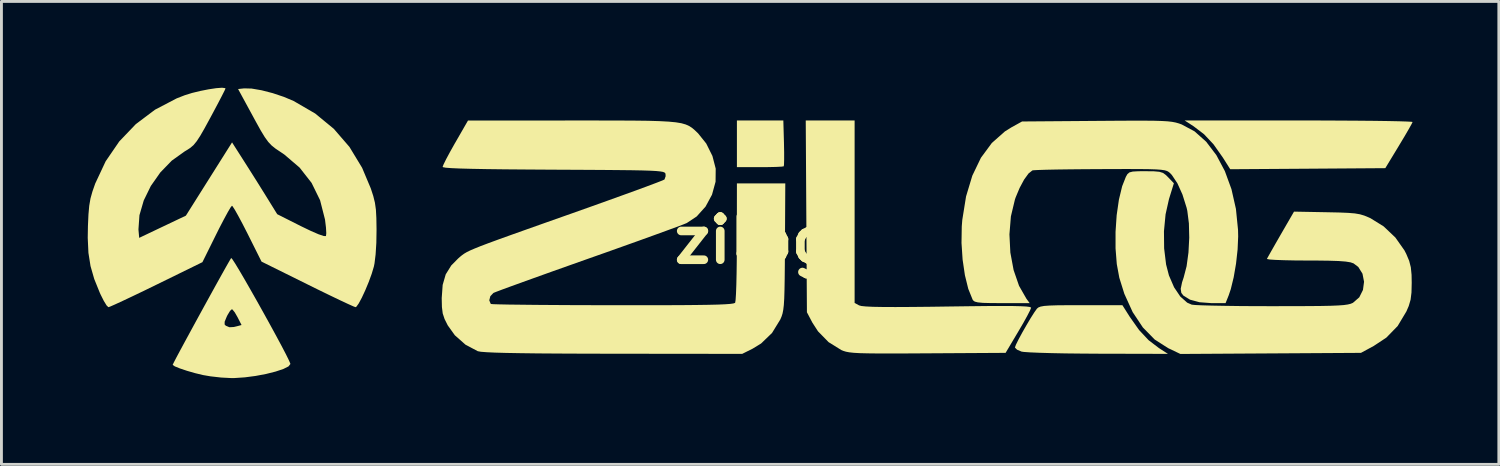
<source format=kicad_pcb>
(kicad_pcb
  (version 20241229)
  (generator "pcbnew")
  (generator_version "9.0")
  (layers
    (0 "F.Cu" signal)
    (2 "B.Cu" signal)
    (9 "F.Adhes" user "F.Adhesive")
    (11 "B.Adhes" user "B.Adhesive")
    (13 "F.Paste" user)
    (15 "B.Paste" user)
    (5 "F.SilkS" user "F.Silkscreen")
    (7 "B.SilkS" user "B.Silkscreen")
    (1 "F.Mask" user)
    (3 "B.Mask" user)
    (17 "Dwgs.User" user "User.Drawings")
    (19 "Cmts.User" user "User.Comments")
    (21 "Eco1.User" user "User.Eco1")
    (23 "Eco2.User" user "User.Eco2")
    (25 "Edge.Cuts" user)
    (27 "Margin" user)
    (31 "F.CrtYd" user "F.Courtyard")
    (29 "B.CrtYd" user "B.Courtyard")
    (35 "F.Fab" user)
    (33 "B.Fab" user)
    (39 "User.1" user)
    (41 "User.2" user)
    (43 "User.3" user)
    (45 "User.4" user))
  (footprint "zilog"
    (layer "F.Cu")
    (at 23.132 5.301)
    (property "Reference" "zilog" (at 0 0 0) (layer "F.SilkS") (effects (font (size 1.5 1.5) (thickness 0.3))))
    (attr board_only exclude_from_pos_files exclude_from_bom)
    (fp_poly (pts (xy 1.072 -3.381) (xy 1.078 -3.064) (xy 1.078 -2.803) (xy 1.073 -2.628) (xy 1.064 -2.569) (xy 0.986 -2.558) (xy 0.796 -2.548) (xy 0.524 -2.542) (xy 0.235 -2.54) (xy -0.564 -2.54) (xy -0.564 -3.351) (xy -0.564 -4.163) (xy 0.243 -4.163) (xy 1.05 -4.163)) (stroke (width 0) (type solid)) (fill yes) (layer "F.SilkS"))
    (fp_poly (pts (xy 19.699 -4.162) (xy 20.388 -4.159) (xy 21.02 -4.155) (xy 21.583 -4.15) (xy 22.064 -4.143) (xy 22.451 -4.135) (xy 22.73 -4.126) (xy 22.891 -4.117) (xy 22.925 -4.11) (xy 22.888 -4.033) (xy 22.791 -3.86) (xy 22.649 -3.616) (xy 22.474 -3.325) (xy 22.448 -3.281) (xy 21.977 -2.505) (xy 19.281 -2.486) (xy 16.586 -2.468) (xy 16.329 -2.874) (xy 16.006 -3.332) (xy 15.675 -3.685) (xy 15.314 -3.96) (xy 15.001 -4.163) (xy 18.966 -4.163)) (stroke (width 0) (type solid)) (fill yes) (layer "F.SilkS"))
    (fp_poly (pts (xy 13.093 2.663) (xy 13.417 3.122) (xy 13.748 3.475) (xy 14.107 3.749) (xy 14.421 3.951) (xy 11.991 3.945) (xy 11.409 3.941) (xy 10.863 3.935) (xy 10.372 3.925) (xy 9.955 3.913) (xy 9.628 3.899) (xy 9.411 3.884) (xy 9.331 3.872) (xy 9.176 3.806) (xy 9.103 3.734) (xy 9.102 3.726) (xy 9.136 3.632) (xy 9.226 3.451) (xy 9.353 3.215) (xy 9.5 2.958) (xy 9.646 2.711) (xy 9.775 2.508) (xy 9.865 2.381) (xy 9.914 2.339) (xy 9.991 2.308) (xy 10.116 2.285) (xy 10.307 2.271) (xy 10.585 2.262) (xy 10.967 2.259) (xy 11.403 2.258) (xy 12.837 2.258)) (stroke (width 0) (type solid)) (fill yes) (layer "F.SilkS"))
    (fp_poly (pts (xy 3.528 -0.99) (xy 3.528 2.182) (xy 3.683 2.265) (xy 3.763 2.287) (xy 3.921 2.303) (xy 4.164 2.315) (xy 4.504 2.321) (xy 4.95 2.323) (xy 5.511 2.32) (xy 6.196 2.313) (xy 6.752 2.305) (xy 7.501 2.295) (xy 8.119 2.288) (xy 8.617 2.286) (xy 9.004 2.287) (xy 9.292 2.294) (xy 9.49 2.304) (xy 9.609 2.319) (xy 9.66 2.339) (xy 9.663 2.348) (xy 9.627 2.439) (xy 9.532 2.624) (xy 9.393 2.876) (xy 9.222 3.168) (xy 9.218 3.175) (xy 8.777 3.916) (xy 6.064 3.932) (xy 5.369 3.936) (xy 4.8 3.938) (xy 4.342 3.937) (xy 3.983 3.933) (xy 3.706 3.926) (xy 3.497 3.914) (xy 3.342 3.897) (xy 3.226 3.875) (xy 3.135 3.847) (xy 3.065 3.818) (xy 2.624 3.544) (xy 2.255 3.167) (xy 2.059 2.864) (xy 1.87 2.505) (xy 1.849 -0.829) (xy 1.829 -4.163) (xy 2.678 -4.163) (xy 3.528 -4.163)) (stroke (width 0) (type solid)) (fill yes) (layer "F.SilkS"))
    (fp_poly (pts (xy -18.101 0.666) (xy -18.001 0.819) (xy -17.855 1.061) (xy -17.673 1.372) (xy -17.465 1.735) (xy -17.241 2.13) (xy -17.012 2.54) (xy -16.787 2.947) (xy -16.577 3.332) (xy -16.392 3.677) (xy -16.242 3.964) (xy -16.138 4.175) (xy -16.089 4.29) (xy -16.087 4.303) (xy -16.153 4.387) (xy -16.333 4.477) (xy -16.601 4.566) (xy -16.93 4.649) (xy -17.295 4.718) (xy -17.669 4.767) (xy -18.025 4.791) (xy -18.147 4.792) (xy -18.493 4.774) (xy -18.864 4.732) (xy -19.121 4.688) (xy -19.404 4.62) (xy -19.684 4.539) (xy -19.928 4.457) (xy -20.104 4.386) (xy -20.178 4.335) (xy -20.179 4.332) (xy -20.146 4.262) (xy -20.056 4.088) (xy -19.917 3.828) (xy -19.74 3.5) (xy -19.536 3.125) (xy -19.43 2.93) (xy -18.373 2.93) (xy -18.331 2.973) (xy -18.207 3.025) (xy -18.054 3.017) (xy -17.941 2.99) (xy -17.785 2.948) (xy -17.925 2.674) (xy -18.022 2.506) (xy -18.101 2.409) (xy -18.121 2.399) (xy -18.184 2.456) (xy -18.272 2.6) (xy -18.3 2.657) (xy -18.372 2.833) (xy -18.373 2.93) (xy -19.43 2.93) (xy -19.315 2.719) (xy -19.087 2.303) (xy -18.862 1.894) (xy -18.651 1.512) (xy -18.463 1.174) (xy -18.31 0.901) (xy -18.201 0.711) (xy -18.147 0.621) (xy -18.144 0.618)) (stroke (width 0) (type solid)) (fill yes) (layer "F.SilkS"))
    (fp_poly (pts (xy 13.94 -4.153) (xy 14.207 -4.145) (xy 14.411 -4.133) (xy 14.567 -4.115) (xy 14.691 -4.091) (xy 14.8 -4.06) (xy 14.9 -4.024) (xy 15.346 -3.784) (xy 15.75 -3.424) (xy 16.104 -2.958) (xy 16.399 -2.403) (xy 16.629 -1.774) (xy 16.784 -1.088) (xy 16.857 -0.361) (xy 16.862 -0.131) (xy 16.842 0.324) (xy 16.788 0.813) (xy 16.706 1.289) (xy 16.605 1.702) (xy 16.533 1.915) (xy 16.424 2.187) (xy 15.931 2.187) (xy 15.519 2.156) (xy 15.188 2.067) (xy 14.96 1.927) (xy 14.886 1.832) (xy 14.864 1.691) (xy 14.912 1.462) (xy 14.967 1.295) (xy 15.069 0.904) (xy 15.134 0.427) (xy 15.161 -0.086) (xy 15.149 -0.585) (xy 15.094 -1.02) (xy 15.07 -1.127) (xy 14.925 -1.589) (xy 14.749 -1.979) (xy 14.557 -2.267) (xy 14.495 -2.333) (xy 14.447 -2.373) (xy 14.39 -2.406) (xy 14.308 -2.431) (xy 14.185 -2.449) (xy 14.008 -2.462) (xy 13.759 -2.47) (xy 13.423 -2.474) (xy 12.986 -2.475) (xy 12.431 -2.474) (xy 12.072 -2.472) (xy 11.517 -2.469) (xy 11.005 -2.464) (xy 10.554 -2.458) (xy 10.181 -2.45) (xy 9.905 -2.441) (xy 9.742 -2.432) (xy 9.707 -2.426) (xy 9.573 -2.319) (xy 9.419 -2.106) (xy 9.265 -1.819) (xy 9.127 -1.49) (xy 9.101 -1.415) (xy 8.961 -0.829) (xy 8.91 -0.203) (xy 8.942 0.43) (xy 9.055 1.037) (xy 9.244 1.585) (xy 9.497 2.028) (xy 9.613 2.187) (xy 8.654 2.187) (xy 8.263 2.185) (xy 7.991 2.178) (xy 7.812 2.161) (xy 7.706 2.134) (xy 7.648 2.092) (xy 7.63 2.064) (xy 7.479 1.691) (xy 7.362 1.216) (xy 7.282 0.672) (xy 7.244 0.096) (xy 7.253 -0.478) (xy 7.271 -0.706) (xy 7.402 -1.522) (xy 7.62 -2.245) (xy 7.919 -2.866) (xy 8.298 -3.38) (xy 8.752 -3.782) (xy 8.975 -3.921) (xy 9.349 -4.128) (xy 11.93 -4.148) (xy 12.605 -4.153) (xy 13.155 -4.156) (xy 13.595 -4.156)) (stroke (width 0) (type solid)) (fill yes) (layer "F.SilkS"))
    (fp_poly (pts (xy 13.933 -2.396) (xy 14.122 -2.379) (xy 14.248 -2.34) (xy 14.35 -2.266) (xy 14.426 -2.19) (xy 14.627 -1.98) (xy 14.457 -1.431) (xy 14.338 -0.9) (xy 14.282 -0.312) (xy 14.288 0.285) (xy 14.356 0.842) (xy 14.455 1.224) (xy 14.634 1.637) (xy 14.851 1.959) (xy 15.09 2.171) (xy 15.248 2.24) (xy 15.365 2.252) (xy 15.605 2.263) (xy 15.951 2.273) (xy 16.387 2.281) (xy 16.895 2.288) (xy 17.458 2.292) (xy 18.046 2.293) (xy 18.729 2.292) (xy 19.286 2.29) (xy 19.731 2.286) (xy 20.078 2.279) (xy 20.341 2.268) (xy 20.534 2.254) (xy 20.673 2.234) (xy 20.772 2.21) (xy 20.844 2.18) (xy 20.853 2.175) (xy 21.072 1.985) (xy 21.2 1.729) (xy 21.238 1.444) (xy 21.184 1.165) (xy 21.038 0.93) (xy 20.874 0.806) (xy 20.768 0.769) (xy 20.6 0.742) (xy 20.353 0.723) (xy 20.009 0.712) (xy 19.551 0.706) (xy 19.259 0.706) (xy 18.831 0.703) (xy 18.456 0.695) (xy 18.157 0.684) (xy 17.952 0.67) (xy 17.864 0.653) (xy 17.862 0.649) (xy 17.905 0.569) (xy 18.004 0.393) (xy 18.146 0.144) (xy 18.316 -0.152) (xy 18.344 -0.201) (xy 18.803 -0.994) (xy 19.932 -0.973) (xy 20.363 -0.964) (xy 20.682 -0.951) (xy 20.916 -0.932) (xy 21.096 -0.901) (xy 21.248 -0.856) (xy 21.402 -0.792) (xy 21.463 -0.764) (xy 21.92 -0.48) (xy 22.327 -0.094) (xy 22.642 0.353) (xy 22.707 0.48) (xy 22.807 0.718) (xy 22.864 0.941) (xy 22.89 1.202) (xy 22.895 1.482) (xy 22.887 1.817) (xy 22.856 2.068) (xy 22.791 2.289) (xy 22.709 2.478) (xy 22.407 2.982) (xy 22.012 3.387) (xy 21.574 3.676) (xy 21.131 3.916) (xy 17.992 3.935) (xy 14.852 3.954) (xy 14.427 3.751) (xy 13.962 3.454) (xy 13.549 3.033) (xy 13.194 2.499) (xy 12.905 1.864) (xy 12.73 1.305) (xy 12.642 0.829) (xy 12.599 0.285) (xy 12.599 -0.293) (xy 12.638 -0.87) (xy 12.716 -1.41) (xy 12.829 -1.878) (xy 12.958 -2.205) (xy 13.013 -2.3) (xy 13.083 -2.358) (xy 13.199 -2.387) (xy 13.396 -2.398) (xy 13.641 -2.399)) (stroke (width 0) (type solid)) (fill yes) (layer "F.SilkS"))
    (fp_poly (pts (xy -18.355 -5.287) (xy -18.344 -5.272) (xy -18.376 -5.2) (xy -18.464 -5.026) (xy -18.596 -4.772) (xy -18.762 -4.46) (xy -18.865 -4.268) (xy -19.067 -3.897) (xy -19.221 -3.629) (xy -19.345 -3.44) (xy -19.454 -3.307) (xy -19.568 -3.209) (xy -19.704 -3.122) (xy -19.761 -3.088) (xy -20.21 -2.767) (xy -20.607 -2.358) (xy -20.938 -1.887) (xy -21.185 -1.382) (xy -21.334 -0.87) (xy -21.369 -0.378) (xy -21.365 -0.326) (xy -21.343 -0.082) (xy -20.532 -0.468) (xy -19.72 -0.854) (xy -18.918 -2.127) (xy -18.115 -3.401) (xy -17.716 -2.776) (xy -17.489 -2.419) (xy -17.234 -2.015) (xy -16.997 -1.635) (xy -16.931 -1.529) (xy -16.545 -0.905) (xy -15.72 -0.489) (xy -15.382 -0.326) (xy -15.113 -0.209) (xy -14.929 -0.146) (xy -14.85 -0.144) (xy -14.85 -0.144) (xy -14.839 -0.244) (xy -14.85 -0.443) (xy -14.881 -0.698) (xy -14.885 -0.725) (xy -15.055 -1.391) (xy -15.35 -1.993) (xy -15.766 -2.524) (xy -16.298 -2.979) (xy -16.425 -3.065) (xy -16.6 -3.182) (xy -16.738 -3.292) (xy -16.857 -3.418) (xy -16.978 -3.585) (xy -17.119 -3.817) (xy -17.298 -4.14) (xy -17.388 -4.306) (xy -17.905 -5.256) (xy -17.693 -5.279) (xy -17.434 -5.272) (xy -17.089 -5.213) (xy -16.701 -5.113) (xy -16.31 -4.982) (xy -15.974 -4.84) (xy -15.225 -4.405) (xy -14.578 -3.873) (xy -14.034 -3.244) (xy -13.594 -2.519) (xy -13.291 -1.799) (xy -13.205 -1.535) (xy -13.148 -1.304) (xy -13.114 -1.063) (xy -13.098 -0.769) (xy -13.092 -0.379) (xy -13.092 -0.353) (xy -13.099 0.092) (xy -13.124 0.492) (xy -13.163 0.809) (xy -13.185 0.917) (xy -13.26 1.168) (xy -13.364 1.452) (xy -13.483 1.739) (xy -13.604 1.999) (xy -13.713 2.201) (xy -13.795 2.314) (xy -13.821 2.328) (xy -13.901 2.298) (xy -14.09 2.213) (xy -14.37 2.082) (xy -14.722 1.913) (xy -15.129 1.715) (xy -15.491 1.536) (xy -17.09 0.744) (xy -17.576 -0.228) (xy -17.747 -0.562) (xy -17.899 -0.847) (xy -18.02 -1.061) (xy -18.098 -1.181) (xy -18.118 -1.199) (xy -18.166 -1.14) (xy -18.264 -0.974) (xy -18.399 -0.725) (xy -18.561 -0.414) (xy -18.659 -0.218) (xy -19.145 0.763) (xy -20.743 1.546) (xy -21.182 1.76) (xy -21.581 1.951) (xy -21.922 2.112) (xy -22.187 2.234) (xy -22.357 2.309) (xy -22.414 2.328) (xy -22.476 2.268) (xy -22.573 2.11) (xy -22.687 1.883) (xy -22.712 1.828) (xy -22.906 1.348) (xy -23.035 0.899) (xy -23.108 0.438) (xy -23.132 -0.084) (xy -23.125 -0.494) (xy -23.107 -0.894) (xy -23.08 -1.198) (xy -23.037 -1.449) (xy -22.969 -1.692) (xy -22.872 -1.97) (xy -22.51 -2.742) (xy -22.036 -3.434) (xy -21.46 -4.036) (xy -20.792 -4.538) (xy -20.042 -4.93) (xy -19.758 -5.041) (xy -19.503 -5.12) (xy -19.215 -5.19) (xy -18.924 -5.247) (xy -18.663 -5.286) (xy -18.463 -5.301)) (stroke (width 0) (type solid)) (fill yes) (layer "F.SilkS"))
    (fp_poly (pts (xy -4.742 -4.161) (xy -4.147 -4.158) (xy -3.656 -4.152) (xy -3.258 -4.14) (xy -2.94 -4.123) (xy -2.689 -4.099) (xy -2.495 -4.067) (xy -2.344 -4.024) (xy -2.225 -3.971) (xy -2.124 -3.906) (xy -2.031 -3.827) (xy -1.933 -3.734) (xy -1.916 -3.718) (xy -1.63 -3.361) (xy -1.415 -2.928) (xy -1.301 -2.489) (xy -1.306 -2.033) (xy -1.43 -1.583) (xy -1.653 -1.17) (xy -1.961 -0.827) (xy -2.308 -0.597) (xy -2.426 -0.549) (xy -2.662 -0.46) (xy -3.003 -0.335) (xy -3.434 -0.178) (xy -3.94 0.005) (xy -4.508 0.208) (xy -5.122 0.427) (xy -5.723 0.639) (xy -6.363 0.866) (xy -6.966 1.08) (xy -7.518 1.278) (xy -8.005 1.453) (xy -8.413 1.601) (xy -8.729 1.717) (xy -8.938 1.796) (xy -9.027 1.832) (xy -9.135 1.944) (xy -9.173 2.089) (xy -9.126 2.205) (xy -9.111 2.217) (xy -9.031 2.224) (xy -8.823 2.23) (xy -8.498 2.237) (xy -8.07 2.242) (xy -7.551 2.248) (xy -6.953 2.252) (xy -6.289 2.256) (xy -5.572 2.258) (xy -4.866 2.259) (xy -3.962 2.26) (xy -3.189 2.259) (xy -2.539 2.257) (xy -2.001 2.252) (xy -1.568 2.246) (xy -1.229 2.238) (xy -0.975 2.227) (xy -0.797 2.214) (xy -0.686 2.198) (xy -0.632 2.18) (xy -0.625 2.173) (xy -0.61 2.081) (xy -0.596 1.867) (xy -0.584 1.549) (xy -0.575 1.146) (xy -0.569 0.677) (xy -0.566 0.16) (xy -0.566 0.053) (xy -0.564 -1.976) (xy 0.277 -1.976) (xy 1.118 -1.976) (xy 1.106 0.229) (xy 1.102 0.849) (xy 1.097 1.345) (xy 1.09 1.733) (xy 1.081 2.031) (xy 1.067 2.254) (xy 1.047 2.421) (xy 1.022 2.548) (xy 0.989 2.651) (xy 0.948 2.748) (xy 0.945 2.755) (xy 0.657 3.224) (xy 0.277 3.59) (xy -0.017 3.77) (xy -0.38 3.951) (xy -4.865 3.946) (xy -5.866 3.944) (xy -6.732 3.94) (xy -7.47 3.935) (xy -8.087 3.927) (xy -8.588 3.918) (xy -8.98 3.907) (xy -9.27 3.893) (xy -9.464 3.878) (xy -9.568 3.859) (xy -9.573 3.858) (xy -9.999 3.632) (xy -10.37 3.304) (xy -10.617 2.959) (xy -10.727 2.739) (xy -10.791 2.546) (xy -10.819 2.323) (xy -10.826 2.016) (xy -10.826 2.011) (xy -10.793 1.553) (xy -10.687 1.187) (xy -10.494 0.877) (xy -10.257 0.637) (xy -10.187 0.575) (xy -10.121 0.521) (xy -10.049 0.469) (xy -9.959 0.416) (xy -9.84 0.357) (xy -9.68 0.288) (xy -9.469 0.203) (xy -9.194 0.099) (xy -8.845 -0.029) (xy -8.411 -0.185) (xy -7.88 -0.374) (xy -7.24 -0.601) (xy -6.482 -0.869) (xy -6.317 -0.927) (xy -5.678 -1.154) (xy -5.08 -1.368) (xy -4.536 -1.564) (xy -4.058 -1.737) (xy -3.661 -1.884) (xy -3.357 -1.998) (xy -3.16 -2.075) (xy -3.082 -2.111) (xy -3.082 -2.111) (xy -3.042 -2.225) (xy -3.046 -2.303) (xy -3.056 -2.332) (xy -3.084 -2.356) (xy -3.139 -2.376) (xy -3.232 -2.392) (xy -3.376 -2.406) (xy -3.58 -2.417) (xy -3.857 -2.426) (xy -4.216 -2.433) (xy -4.67 -2.438) (xy -5.228 -2.443) (xy -5.903 -2.447) (xy -6.705 -2.451) (xy -6.933 -2.452) (xy -7.843 -2.458) (xy -8.618 -2.464) (xy -9.264 -2.472) (xy -9.788 -2.482) (xy -10.195 -2.493) (xy -10.493 -2.506) (xy -10.686 -2.521) (xy -10.782 -2.539) (xy -10.795 -2.55) (xy -10.761 -2.638) (xy -10.67 -2.822) (xy -10.534 -3.075) (xy -10.368 -3.371) (xy -10.354 -3.394) (xy -9.913 -4.16) (xy -6.295 -4.162) (xy -5.454 -4.162)) (stroke (width 0) (type solid)) (fill yes) (layer "F.SilkS")))
  (gr_rect
    (start -3 -3)
    (end 49.056 13.093)
    (stroke (width 0.1) (type default))
    (fill no)
    (layer "Edge.Cuts")))
</source>
